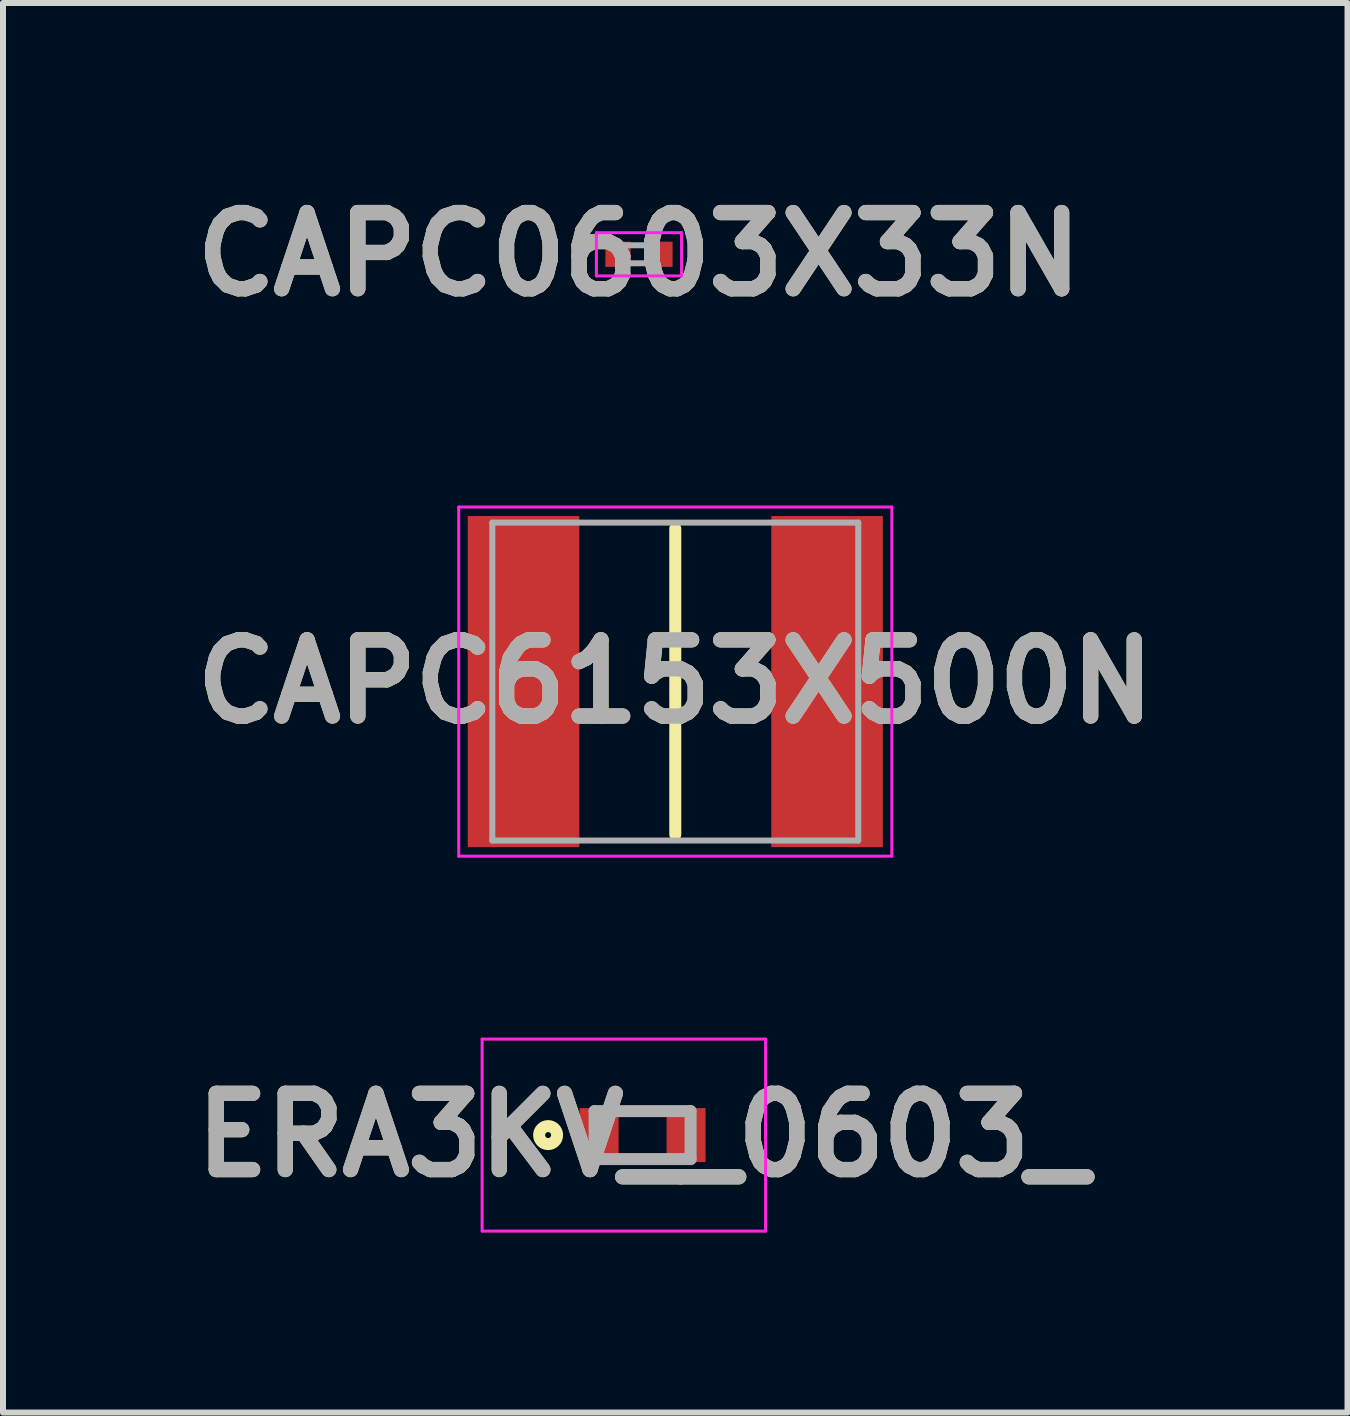
<source format=kicad_pcb>
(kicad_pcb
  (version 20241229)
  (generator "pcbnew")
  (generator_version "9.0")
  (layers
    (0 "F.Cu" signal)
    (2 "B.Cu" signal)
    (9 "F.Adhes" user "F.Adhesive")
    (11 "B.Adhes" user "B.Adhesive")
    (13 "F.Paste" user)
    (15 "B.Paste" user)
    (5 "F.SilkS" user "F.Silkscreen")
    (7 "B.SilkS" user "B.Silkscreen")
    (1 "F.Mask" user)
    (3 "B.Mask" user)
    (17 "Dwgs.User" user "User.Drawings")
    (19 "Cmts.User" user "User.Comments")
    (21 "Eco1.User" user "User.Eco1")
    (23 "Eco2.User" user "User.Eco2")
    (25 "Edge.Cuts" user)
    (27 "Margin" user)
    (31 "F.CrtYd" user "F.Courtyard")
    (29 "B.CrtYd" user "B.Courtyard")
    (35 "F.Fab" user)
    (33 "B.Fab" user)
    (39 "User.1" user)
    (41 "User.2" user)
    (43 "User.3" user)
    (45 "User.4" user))
  (footprint "CAPC6153X500N"
    (layer "F.Cu")
    (at 8.207 8.312)
    (property "Reference" "CAPC6153X500N" (at 0 0 0) (layer "F.SilkS") (effects (font (size 1.27 1.27) (thickness 0.254))))
    (attr smd)
    (fp_line (start 0 -2.55) (end 0 2.55) (stroke (width 0.2) (type solid)) (layer "F.SilkS"))
    (fp_line (start -3.61 -2.91) (end 3.61 -2.91) (stroke (width 0.05) (type solid)) (layer "F.CrtYd"))
    (fp_line (start -3.61 2.91) (end -3.61 -2.91) (stroke (width 0.05) (type solid)) (layer "F.CrtYd"))
    (fp_line (start 3.61 -2.91) (end 3.61 2.91) (stroke (width 0.05) (type solid)) (layer "F.CrtYd"))
    (fp_line (start 3.61 2.91) (end -3.61 2.91) (stroke (width 0.05) (type solid)) (layer "F.CrtYd"))
    (fp_line (start -3.05 -2.65) (end 3.05 -2.65) (stroke (width 0.1) (type solid)) (layer "F.Fab"))
    (fp_line (start -3.05 2.65) (end -3.05 -2.65) (stroke (width 0.1) (type solid)) (layer "F.Fab"))
    (fp_line (start 3.05 -2.65) (end 3.05 2.65) (stroke (width 0.1) (type solid)) (layer "F.Fab"))
    (fp_line (start 3.05 2.65) (end -3.05 2.65) (stroke (width 0.1) (type solid)) (layer "F.Fab"))
    (fp_text user "${REFERENCE}" (at 0 0 0) (layer "F.Fab") (effects (font (size 1.27 1.27) (thickness 0.254))))
    (pad "1" smd rect (at -2.53 0) (size 1.86 5.52) (layers "F.Cu" "F.Mask" "F.Paste"))
    (pad "2" smd rect (at 2.53 0) (size 1.86 5.52) (layers "F.Cu" "F.Mask" "F.Paste")))
  (footprint "CAPC0603X33N"
    (layer "F.Cu")
    (at 7.602 1.189)
    (property "Reference" "CAPC0603X33N" (at 0 0 0) (layer "F.SilkS") (effects (font (size 1.27 1.27) (thickness 0.254))))
    (attr smd)
    (fp_line (start -0.71 -0.36) (end 0.71 -0.36) (stroke (width 0.05) (type solid)) (layer "F.CrtYd"))
    (fp_line (start -0.71 0.36) (end -0.71 -0.36) (stroke (width 0.05) (type solid)) (layer "F.CrtYd"))
    (fp_line (start 0.71 -0.36) (end 0.71 0.36) (stroke (width 0.05) (type solid)) (layer "F.CrtYd"))
    (fp_line (start 0.71 0.36) (end -0.71 0.36) (stroke (width 0.05) (type solid)) (layer "F.CrtYd"))
    (fp_line (start -0.3 -0.15) (end 0.3 -0.15) (stroke (width 0.1) (type solid)) (layer "F.Fab"))
    (fp_line (start -0.3 0.15) (end -0.3 -0.15) (stroke (width 0.1) (type solid)) (layer "F.Fab"))
    (fp_line (start 0.3 -0.15) (end 0.3 0.15) (stroke (width 0.1) (type solid)) (layer "F.Fab"))
    (fp_line (start 0.3 0.15) (end -0.3 0.15) (stroke (width 0.1) (type solid)) (layer "F.Fab"))
    (fp_text user "${REFERENCE}" (at 0 0 0) (layer "F.Fab") (effects (font (size 1.27 1.27) (thickness 0.254))))
    (pad "1" smd rect (at -0.35 0 90) (size 0.42 0.42) (layers "F.Cu" "F.Mask" "F.Paste"))
    (pad "2" smd rect (at 0.35 0 90) (size 0.42 0.42) (layers "F.Cu" "F.Mask" "F.Paste")))
  (footprint "ERA3KV__0603_"
    (layer "F.Cu")
    (at 7.662 15.872)
    (property "Reference" "ERA3KV__0603_" (at 0 0 0) (layer "F.SilkS") (effects (font (size 1.27 1.27) (thickness 0.254))))
    (attr smd)
    (fp_circle (center -1.575 0) (end -1.575 0.05) (stroke (width 0.2) (type solid)) (fill no) (layer "F.SilkS"))
    (fp_line (start -2.675 -1.6) (end 2.05 -1.6) (stroke (width 0.05) (type solid)) (layer "F.CrtYd"))
    (fp_line (start -2.675 1.6) (end -2.675 -1.6) (stroke (width 0.05) (type solid)) (layer "F.CrtYd"))
    (fp_line (start 2.05 -1.6) (end 2.05 1.6) (stroke (width 0.05) (type solid)) (layer "F.CrtYd"))
    (fp_line (start 2.05 1.6) (end -2.675 1.6) (stroke (width 0.05) (type solid)) (layer "F.CrtYd"))
    (fp_line (start -0.8 -0.4) (end 0.8 -0.4) (stroke (width 0.2) (type solid)) (layer "F.Fab"))
    (fp_line (start -0.8 0.4) (end -0.8 -0.4) (stroke (width 0.2) (type solid)) (layer "F.Fab"))
    (fp_line (start 0.8 -0.4) (end 0.8 0.4) (stroke (width 0.2) (type solid)) (layer "F.Fab"))
    (fp_line (start 0.8 0.4) (end -0.8 0.4) (stroke (width 0.2) (type solid)) (layer "F.Fab"))
    (fp_text user "${REFERENCE}" (at 0 0 0) (layer "F.Fab") (effects (font (size 1.27 1.27) (thickness 0.254))))
    (pad "1" smd rect (at -0.725 0) (size 0.65 0.9) (layers "F.Cu" "F.Mask" "F.Paste"))
    (pad "2" smd rect (at 0.725 0) (size 0.65 0.9) (layers "F.Cu" "F.Mask" "F.Paste")))
  (gr_rect
    (start -3 -3)
    (end 19.413 20.497)
    (stroke (width 0.1) (type default))
    (fill no)
    (layer "Edge.Cuts")))
</source>
